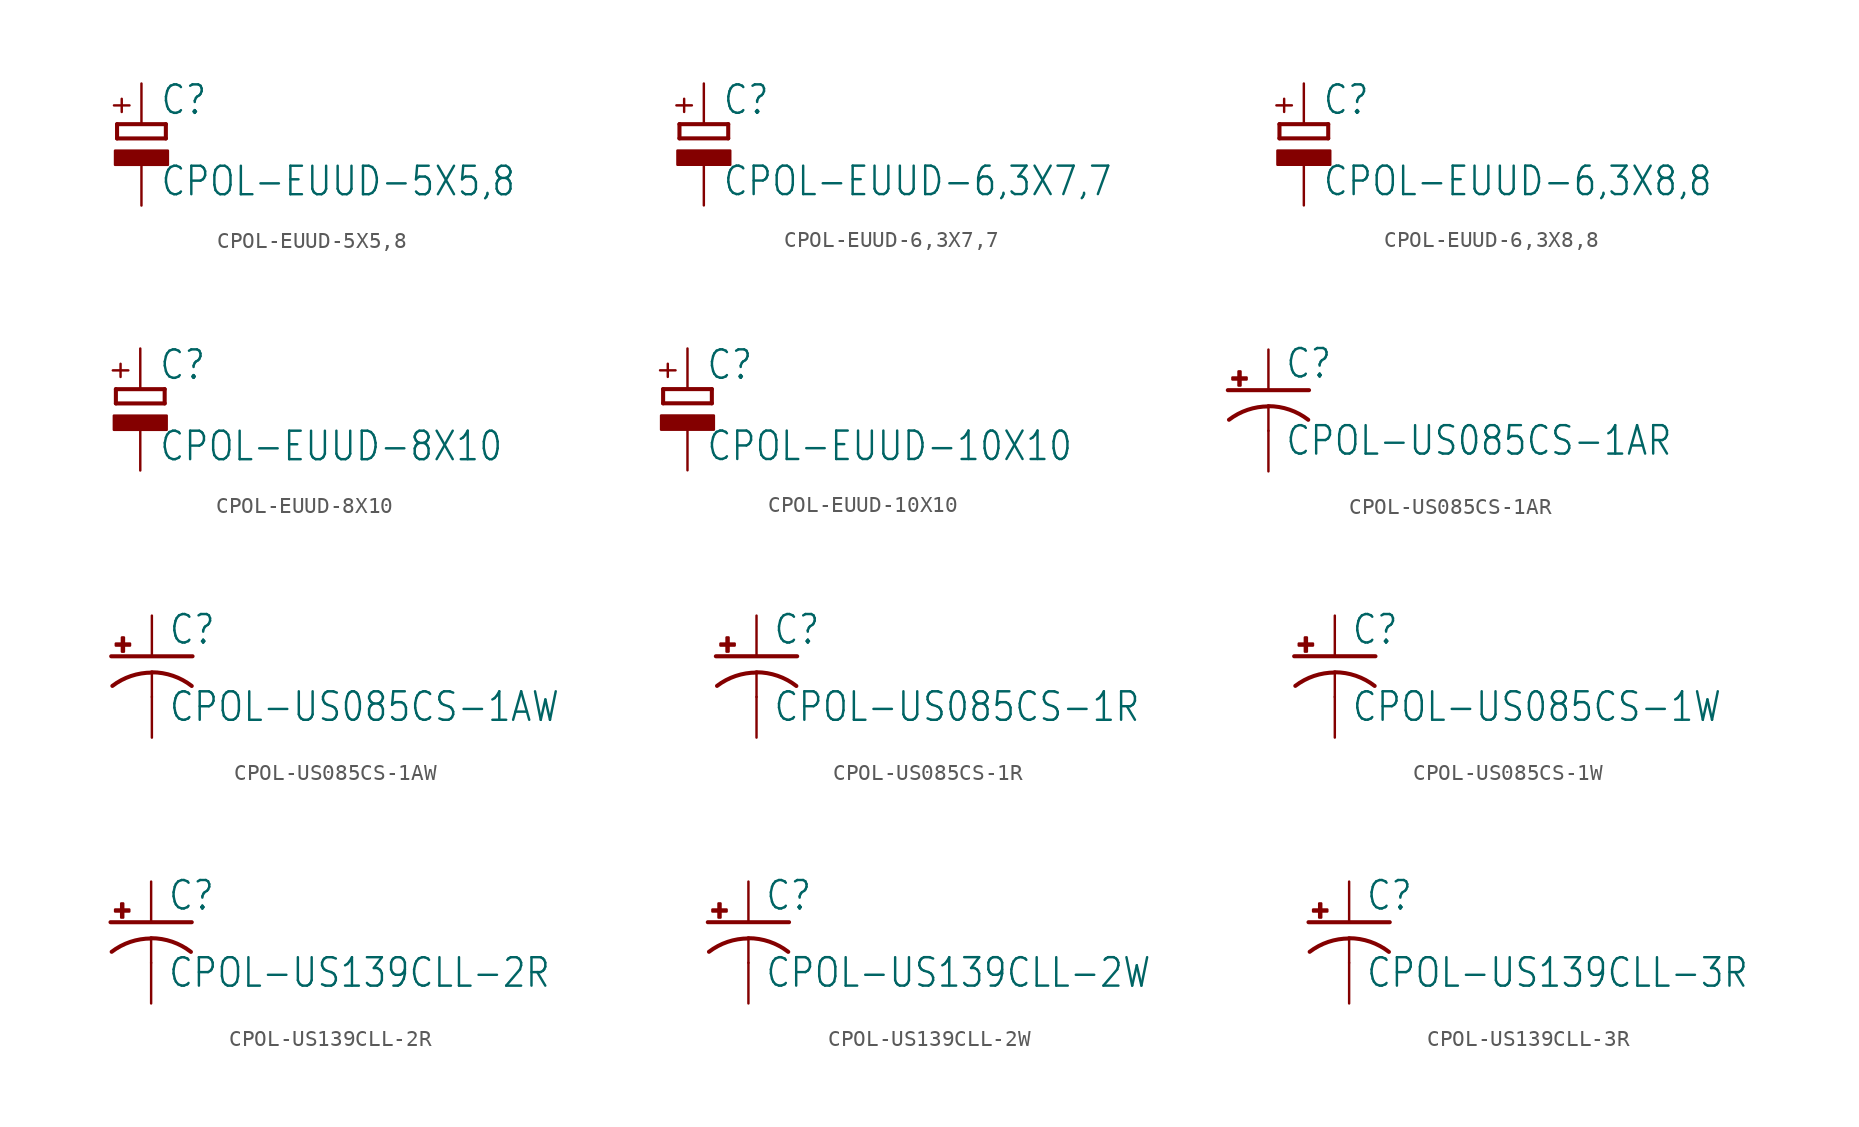
<source format=kicad_sym>
(kicad_symbol_lib
  (version 20220914)
  (generator kicad_symbol_editor)
  (symbol "CPOL-EUUD-5X5,8"
    (property "Reference" "C"
      (at 1.143 0.483 0)
      (effects (font (size 1.778 1.511)) (justify left bottom)))
    (property "Value" "CPOL-EUUD-5X5,8"
      (at 1.143 -4.597 0)
      (effects (font (size 1.778 1.511)) (justify left bottom)))
    (property "ki_locked" ""
      (at 0 0 0)
      (effects (font (size 1.27 1.27))))
    (symbol "CPOL-EUUD-5X5,8_1_0"
      (rectangle (start -1.651 -2.54) (end 1.651 -1.651) (stroke (width 0) (type default)) (fill (type outline)))
      (polyline (pts (xy -1.524 -0.889) (xy 1.524 -0.889)) (stroke (width 0.254) (type default)) (fill (type none)))
      (polyline (pts (xy -1.524 0) (xy -1.524 -0.889)) (stroke (width 0.254) (type default)) (fill (type none)))
      (polyline (pts (xy -1.524 0) (xy 1.524 0)) (stroke (width 0.254) (type default)) (fill (type none)))
      (polyline (pts (xy 1.524 -0.889) (xy 1.524 0)) (stroke (width 0.254) (type default)) (fill (type none)))
      (text "+" (at -0.584 0.406 900) (effects (font (size 1.27 1.079)) (justify left bottom)))
      (pin passive line (at 0 2.54 270) (length 2.54) (name "+" (effects (font (size 0 0)))) (number "+" (effects (font (size 0 0)))))
      (pin passive line (at 0 -5.08 90) (length 2.54) (name "-" (effects (font (size 0 0)))) (number "-" (effects (font (size 0 0)))))))
  (symbol "CPOL-EUUD-6,3X7,7"
    (property "Reference" "C"
      (at 1.143 0.483 0)
      (effects (font (size 1.778 1.511)) (justify left bottom)))
    (property "Value" "CPOL-EUUD-6,3X7,7"
      (at 1.143 -4.597 0)
      (effects (font (size 1.778 1.511)) (justify left bottom)))
    (property "ki_locked" ""
      (at 0 0 0)
      (effects (font (size 1.27 1.27))))
    (symbol "CPOL-EUUD-6,3X7,7_1_0"
      (rectangle (start -1.651 -2.54) (end 1.651 -1.651) (stroke (width 0) (type default)) (fill (type outline)))
      (polyline (pts (xy -1.524 -0.889) (xy 1.524 -0.889)) (stroke (width 0.254) (type default)) (fill (type none)))
      (polyline (pts (xy -1.524 0) (xy -1.524 -0.889)) (stroke (width 0.254) (type default)) (fill (type none)))
      (polyline (pts (xy -1.524 0) (xy 1.524 0)) (stroke (width 0.254) (type default)) (fill (type none)))
      (polyline (pts (xy 1.524 -0.889) (xy 1.524 0)) (stroke (width 0.254) (type default)) (fill (type none)))
      (text "+" (at -0.584 0.406 900) (effects (font (size 1.27 1.079)) (justify left bottom)))
      (pin passive line (at 0 2.54 270) (length 2.54) (name "+" (effects (font (size 0 0)))) (number "+" (effects (font (size 0 0)))))
      (pin passive line (at 0 -5.08 90) (length 2.54) (name "-" (effects (font (size 0 0)))) (number "-" (effects (font (size 0 0)))))))
  (symbol "CPOL-EUUD-6,3X8,8"
    (property "Reference" "C"
      (at 1.143 0.483 0)
      (effects (font (size 1.778 1.511)) (justify left bottom)))
    (property "Value" "CPOL-EUUD-6,3X8,8"
      (at 1.143 -4.597 0)
      (effects (font (size 1.778 1.511)) (justify left bottom)))
    (property "ki_locked" ""
      (at 0 0 0)
      (effects (font (size 1.27 1.27))))
    (symbol "CPOL-EUUD-6,3X8,8_1_0"
      (rectangle (start -1.651 -2.54) (end 1.651 -1.651) (stroke (width 0) (type default)) (fill (type outline)))
      (polyline (pts (xy -1.524 -0.889) (xy 1.524 -0.889)) (stroke (width 0.254) (type default)) (fill (type none)))
      (polyline (pts (xy -1.524 0) (xy -1.524 -0.889)) (stroke (width 0.254) (type default)) (fill (type none)))
      (polyline (pts (xy -1.524 0) (xy 1.524 0)) (stroke (width 0.254) (type default)) (fill (type none)))
      (polyline (pts (xy 1.524 -0.889) (xy 1.524 0)) (stroke (width 0.254) (type default)) (fill (type none)))
      (text "+" (at -0.584 0.406 900) (effects (font (size 1.27 1.079)) (justify left bottom)))
      (pin passive line (at 0 2.54 270) (length 2.54) (name "+" (effects (font (size 0 0)))) (number "+" (effects (font (size 0 0)))))
      (pin passive line (at 0 -5.08 90) (length 2.54) (name "-" (effects (font (size 0 0)))) (number "-" (effects (font (size 0 0)))))))
  (symbol "CPOL-EUUD-8X10"
    (property "Reference" "C"
      (at 1.143 0.483 0)
      (effects (font (size 1.778 1.511)) (justify left bottom)))
    (property "Value" "CPOL-EUUD-8X10"
      (at 1.143 -4.597 0)
      (effects (font (size 1.778 1.511)) (justify left bottom)))
    (property "ki_locked" ""
      (at 0 0 0)
      (effects (font (size 1.27 1.27))))
    (symbol "CPOL-EUUD-8X10_1_0"
      (rectangle (start -1.651 -2.54) (end 1.651 -1.651) (stroke (width 0) (type default)) (fill (type outline)))
      (polyline (pts (xy -1.524 -0.889) (xy 1.524 -0.889)) (stroke (width 0.254) (type default)) (fill (type none)))
      (polyline (pts (xy -1.524 0) (xy -1.524 -0.889)) (stroke (width 0.254) (type default)) (fill (type none)))
      (polyline (pts (xy -1.524 0) (xy 1.524 0)) (stroke (width 0.254) (type default)) (fill (type none)))
      (polyline (pts (xy 1.524 -0.889) (xy 1.524 0)) (stroke (width 0.254) (type default)) (fill (type none)))
      (text "+" (at -0.584 0.406 900) (effects (font (size 1.27 1.079)) (justify left bottom)))
      (pin passive line (at 0 2.54 270) (length 2.54) (name "+" (effects (font (size 0 0)))) (number "+" (effects (font (size 0 0)))))
      (pin passive line (at 0 -5.08 90) (length 2.54) (name "-" (effects (font (size 0 0)))) (number "-" (effects (font (size 0 0)))))))
  (symbol "CPOL-EUUD-10X10"
    (property "Reference" "C"
      (at 1.143 0.483 0)
      (effects (font (size 1.778 1.511)) (justify left bottom)))
    (property "Value" "CPOL-EUUD-10X10"
      (at 1.143 -4.597 0)
      (effects (font (size 1.778 1.511)) (justify left bottom)))
    (property "ki_locked" ""
      (at 0 0 0)
      (effects (font (size 1.27 1.27))))
    (symbol "CPOL-EUUD-10X10_1_0"
      (rectangle (start -1.651 -2.54) (end 1.651 -1.651) (stroke (width 0) (type default)) (fill (type outline)))
      (polyline (pts (xy -1.524 -0.889) (xy 1.524 -0.889)) (stroke (width 0.254) (type default)) (fill (type none)))
      (polyline (pts (xy -1.524 0) (xy -1.524 -0.889)) (stroke (width 0.254) (type default)) (fill (type none)))
      (polyline (pts (xy -1.524 0) (xy 1.524 0)) (stroke (width 0.254) (type default)) (fill (type none)))
      (polyline (pts (xy 1.524 -0.889) (xy 1.524 0)) (stroke (width 0.254) (type default)) (fill (type none)))
      (text "+" (at -0.584 0.406 900) (effects (font (size 1.27 1.079)) (justify left bottom)))
      (pin passive line (at 0 2.54 270) (length 2.54) (name "+" (effects (font (size 0 0)))) (number "+" (effects (font (size 0 0)))))
      (pin passive line (at 0 -5.08 90) (length 2.54) (name "-" (effects (font (size 0 0)))) (number "-" (effects (font (size 0 0)))))))
  (symbol "CPOL-US085CS-1AR"
    (property "Reference" "C"
      (at 1.016 0.635 0)
      (effects (font (size 1.778 1.511)) (justify left bottom)))
    (property "Value" "CPOL-US085CS-1AR"
      (at 1.016 -4.191 0)
      (effects (font (size 1.778 1.511)) (justify left bottom)))
    (property "ki_locked" ""
      (at 0 0 0)
      (effects (font (size 1.27 1.27))))
    (symbol "CPOL-US085CS-1AR_1_0"
      (rectangle (start -2.253 0.668) (end -1.364 0.795) (stroke (width 0) (type default)) (fill (type outline)))
      (rectangle (start -1.872 0.287) (end -1.745 1.176) (stroke (width 0) (type default)) (fill (type outline)))
      (arc (start 0 -1.0161) (mid -1.3021 -1.2302) (end -2.4669 -1.8504) (stroke (width 0.254) (type default)) (fill (type none)))
      (polyline (pts (xy -2.54 0) (xy 2.54 0)) (stroke (width 0.254) (type default)) (fill (type none)))
      (polyline (pts (xy 0 -1.016) (xy 0 -2.54)) (stroke (width 0.152) (type default)) (fill (type none)))
      (arc (start 2.4892 -1.8542) (mid 1.3158 -1.2195) (end 0 -1) (stroke (width 0.254) (type default)) (fill (type none)))
      (pin passive line (at 0 2.54 270) (length 2.54) (name "+" (effects (font (size 0 0)))) (number "+" (effects (font (size 0 0)))))
      (pin passive line (at 0 -5.08 90) (length 2.54) (name "-" (effects (font (size 0 0)))) (number "-" (effects (font (size 0 0)))))))
  (symbol "CPOL-US085CS-1AW"
    (property "Reference" "C"
      (at 1.016 0.635 0)
      (effects (font (size 1.778 1.511)) (justify left bottom)))
    (property "Value" "CPOL-US085CS-1AW"
      (at 1.016 -4.191 0)
      (effects (font (size 1.778 1.511)) (justify left bottom)))
    (property "ki_locked" ""
      (at 0 0 0)
      (effects (font (size 1.27 1.27))))
    (symbol "CPOL-US085CS-1AW_1_0"
      (rectangle (start -2.253 0.668) (end -1.364 0.795) (stroke (width 0) (type default)) (fill (type outline)))
      (rectangle (start -1.872 0.287) (end -1.745 1.176) (stroke (width 0) (type default)) (fill (type outline)))
      (arc (start 0 -1.0161) (mid -1.3021 -1.2302) (end -2.4669 -1.8504) (stroke (width 0.254) (type default)) (fill (type none)))
      (polyline (pts (xy -2.54 0) (xy 2.54 0)) (stroke (width 0.254) (type default)) (fill (type none)))
      (polyline (pts (xy 0 -1.016) (xy 0 -2.54)) (stroke (width 0.152) (type default)) (fill (type none)))
      (arc (start 2.4892 -1.8542) (mid 1.3158 -1.2195) (end 0 -1) (stroke (width 0.254) (type default)) (fill (type none)))
      (pin passive line (at 0 2.54 270) (length 2.54) (name "+" (effects (font (size 0 0)))) (number "+" (effects (font (size 0 0)))))
      (pin passive line (at 0 -5.08 90) (length 2.54) (name "-" (effects (font (size 0 0)))) (number "-" (effects (font (size 0 0)))))))
  (symbol "CPOL-US085CS-1R"
    (property "Reference" "C"
      (at 1.016 0.635 0)
      (effects (font (size 1.778 1.511)) (justify left bottom)))
    (property "Value" "CPOL-US085CS-1R"
      (at 1.016 -4.191 0)
      (effects (font (size 1.778 1.511)) (justify left bottom)))
    (property "ki_locked" ""
      (at 0 0 0)
      (effects (font (size 1.27 1.27))))
    (symbol "CPOL-US085CS-1R_1_0"
      (rectangle (start -2.253 0.668) (end -1.364 0.795) (stroke (width 0) (type default)) (fill (type outline)))
      (rectangle (start -1.872 0.287) (end -1.745 1.176) (stroke (width 0) (type default)) (fill (type outline)))
      (arc (start 0 -1.0161) (mid -1.3021 -1.2302) (end -2.4669 -1.8504) (stroke (width 0.254) (type default)) (fill (type none)))
      (polyline (pts (xy -2.54 0) (xy 2.54 0)) (stroke (width 0.254) (type default)) (fill (type none)))
      (polyline (pts (xy 0 -1.016) (xy 0 -2.54)) (stroke (width 0.152) (type default)) (fill (type none)))
      (arc (start 2.4892 -1.8542) (mid 1.3158 -1.2195) (end 0 -1) (stroke (width 0.254) (type default)) (fill (type none)))
      (pin passive line (at 0 2.54 270) (length 2.54) (name "+" (effects (font (size 0 0)))) (number "+" (effects (font (size 0 0)))))
      (pin passive line (at 0 -5.08 90) (length 2.54) (name "-" (effects (font (size 0 0)))) (number "-" (effects (font (size 0 0)))))))
  (symbol "CPOL-US085CS-1W"
    (property "Reference" "C"
      (at 1.016 0.635 0)
      (effects (font (size 1.778 1.511)) (justify left bottom)))
    (property "Value" "CPOL-US085CS-1W"
      (at 1.016 -4.191 0)
      (effects (font (size 1.778 1.511)) (justify left bottom)))
    (property "ki_locked" ""
      (at 0 0 0)
      (effects (font (size 1.27 1.27))))
    (symbol "CPOL-US085CS-1W_1_0"
      (rectangle (start -2.253 0.668) (end -1.364 0.795) (stroke (width 0) (type default)) (fill (type outline)))
      (rectangle (start -1.872 0.287) (end -1.745 1.176) (stroke (width 0) (type default)) (fill (type outline)))
      (arc (start 0 -1.0161) (mid -1.3021 -1.2302) (end -2.4669 -1.8504) (stroke (width 0.254) (type default)) (fill (type none)))
      (polyline (pts (xy -2.54 0) (xy 2.54 0)) (stroke (width 0.254) (type default)) (fill (type none)))
      (polyline (pts (xy 0 -1.016) (xy 0 -2.54)) (stroke (width 0.152) (type default)) (fill (type none)))
      (arc (start 2.4892 -1.8542) (mid 1.3158 -1.2195) (end 0 -1) (stroke (width 0.254) (type default)) (fill (type none)))
      (pin passive line (at 0 2.54 270) (length 2.54) (name "+" (effects (font (size 0 0)))) (number "+" (effects (font (size 0 0)))))
      (pin passive line (at 0 -5.08 90) (length 2.54) (name "-" (effects (font (size 0 0)))) (number "-" (effects (font (size 0 0)))))))
  (symbol "CPOL-US139CLL-2R"
    (property "Reference" "C"
      (at 1.016 0.635 0)
      (effects (font (size 1.778 1.511)) (justify left bottom)))
    (property "Value" "CPOL-US139CLL-2R"
      (at 1.016 -4.191 0)
      (effects (font (size 1.778 1.511)) (justify left bottom)))
    (property "ki_locked" ""
      (at 0 0 0)
      (effects (font (size 1.27 1.27))))
    (symbol "CPOL-US139CLL-2R_1_0"
      (rectangle (start -2.253 0.668) (end -1.364 0.795) (stroke (width 0) (type default)) (fill (type outline)))
      (rectangle (start -1.872 0.287) (end -1.745 1.176) (stroke (width 0) (type default)) (fill (type outline)))
      (arc (start 0 -1.0161) (mid -1.3021 -1.2302) (end -2.4669 -1.8504) (stroke (width 0.254) (type default)) (fill (type none)))
      (polyline (pts (xy -2.54 0) (xy 2.54 0)) (stroke (width 0.254) (type default)) (fill (type none)))
      (polyline (pts (xy 0 -1.016) (xy 0 -2.54)) (stroke (width 0.152) (type default)) (fill (type none)))
      (arc (start 2.4892 -1.8542) (mid 1.3158 -1.2195) (end 0 -1) (stroke (width 0.254) (type default)) (fill (type none)))
      (pin passive line (at 0 2.54 270) (length 2.54) (name "+" (effects (font (size 0 0)))) (number "+" (effects (font (size 0 0)))))
      (pin passive line (at 0 -5.08 90) (length 2.54) (name "-" (effects (font (size 0 0)))) (number "-" (effects (font (size 0 0)))))))
  (symbol "CPOL-US139CLL-2W"
    (property "Reference" "C"
      (at 1.016 0.635 0)
      (effects (font (size 1.778 1.511)) (justify left bottom)))
    (property "Value" "CPOL-US139CLL-2W"
      (at 1.016 -4.191 0)
      (effects (font (size 1.778 1.511)) (justify left bottom)))
    (property "ki_locked" ""
      (at 0 0 0)
      (effects (font (size 1.27 1.27))))
    (symbol "CPOL-US139CLL-2W_1_0"
      (rectangle (start -2.253 0.668) (end -1.364 0.795) (stroke (width 0) (type default)) (fill (type outline)))
      (rectangle (start -1.872 0.287) (end -1.745 1.176) (stroke (width 0) (type default)) (fill (type outline)))
      (arc (start 0 -1.0161) (mid -1.3021 -1.2302) (end -2.4669 -1.8504) (stroke (width 0.254) (type default)) (fill (type none)))
      (polyline (pts (xy -2.54 0) (xy 2.54 0)) (stroke (width 0.254) (type default)) (fill (type none)))
      (polyline (pts (xy 0 -1.016) (xy 0 -2.54)) (stroke (width 0.152) (type default)) (fill (type none)))
      (arc (start 2.4892 -1.8542) (mid 1.3158 -1.2195) (end 0 -1) (stroke (width 0.254) (type default)) (fill (type none)))
      (pin passive line (at 0 2.54 270) (length 2.54) (name "+" (effects (font (size 0 0)))) (number "+" (effects (font (size 0 0)))))
      (pin passive line (at 0 -5.08 90) (length 2.54) (name "-" (effects (font (size 0 0)))) (number "-" (effects (font (size 0 0)))))))
  (symbol "CPOL-US139CLL-3R"
    (property "Reference" "C"
      (at 1.016 0.635 0)
      (effects (font (size 1.778 1.511)) (justify left bottom)))
    (property "Value" "CPOL-US139CLL-3R"
      (at 1.016 -4.191 0)
      (effects (font (size 1.778 1.511)) (justify left bottom)))
    (property "ki_locked" ""
      (at 0 0 0)
      (effects (font (size 1.27 1.27))))
    (symbol "CPOL-US139CLL-3R_1_0"
      (rectangle (start -2.253 0.668) (end -1.364 0.795) (stroke (width 0) (type default)) (fill (type outline)))
      (rectangle (start -1.872 0.287) (end -1.745 1.176) (stroke (width 0) (type default)) (fill (type outline)))
      (arc (start 0 -1.0161) (mid -1.3021 -1.2302) (end -2.4669 -1.8504) (stroke (width 0.254) (type default)) (fill (type none)))
      (polyline (pts (xy -2.54 0) (xy 2.54 0)) (stroke (width 0.254) (type default)) (fill (type none)))
      (polyline (pts (xy 0 -1.016) (xy 0 -2.54)) (stroke (width 0.152) (type default)) (fill (type none)))
      (arc (start 2.4892 -1.8542) (mid 1.3158 -1.2195) (end 0 -1) (stroke (width 0.254) (type default)) (fill (type none)))
      (pin passive line (at 0 2.54 270) (length 2.54) (name "+" (effects (font (size 0 0)))) (number "+" (effects (font (size 0 0)))))
      (pin passive line (at 0 -5.08 90) (length 2.54) (name "-" (effects (font (size 0 0)))) (number "-" (effects (font (size 0 0))))))))
</source>
